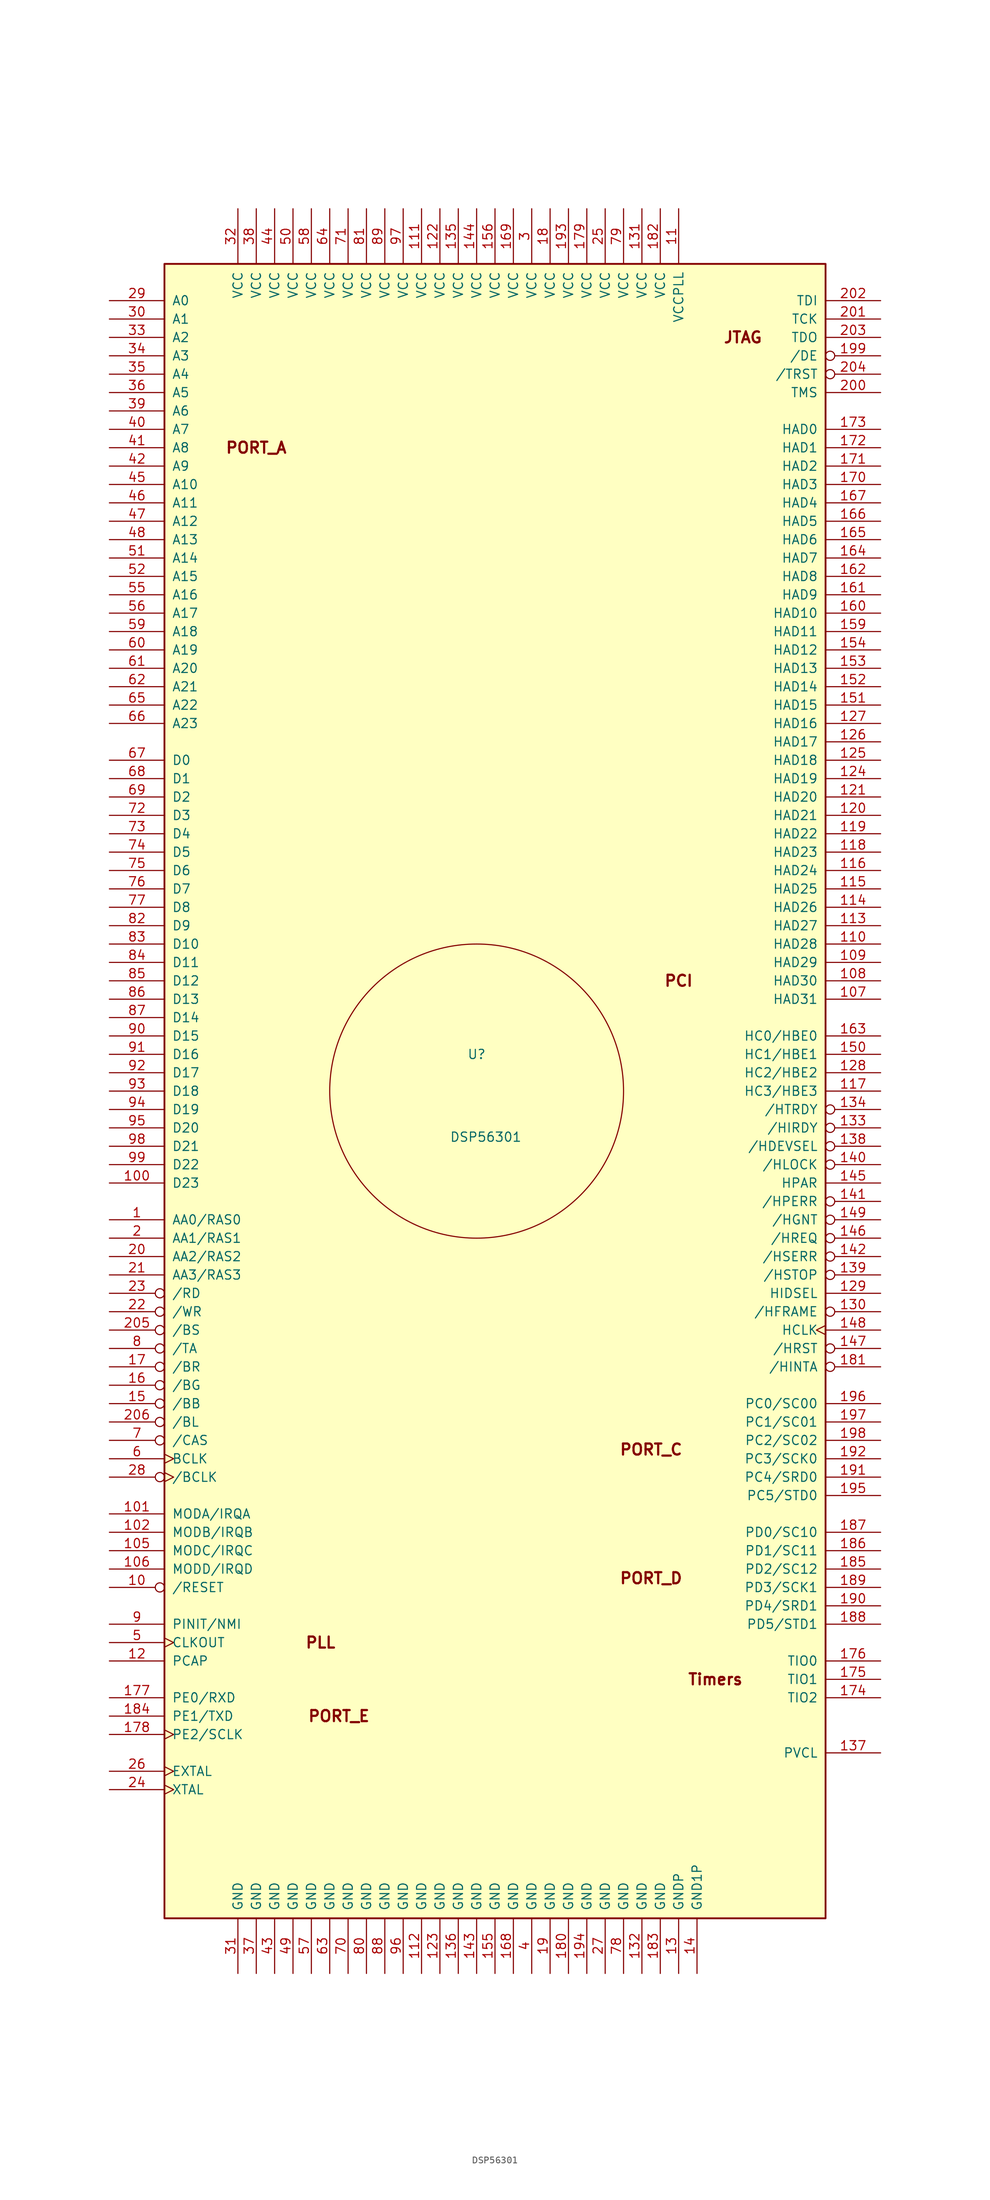
<source format=kicad_sym>
(kicad_symbol_lib
  (version 20211014)
  (generator kicad_symbol_editor)
  (symbol "DSP56301"
    (pin_names
      (offset 1.016))
    (property "Reference" "U"
      (at 0 2.54 0)
      (effects (font (size 1.27 1.27))))
    (property "Value" "DSP56301"
      (at 1.27 -8.89 0)
      (effects (font (size 1.27 1.27))))
    (symbol "DSP56301_0_1"
      (rectangle (start -43.18 111.76) (end 48.26 -116.84) (stroke (width 0.254) (type default) (color 0 0 0 0)) (fill (type background)))
      (circle (center 0 -2.54) (radius 20.32) (stroke (width 0) (type default) (color 0 0 0 0)) (fill (type none)))
      (text "JTAG" (at 36.83 101.6 0) (effects (font (size 1.524 1.524) bold)))
      (text "PCI" (at 27.94 12.7 0) (effects (font (size 1.524 1.524) bold)))
      (text "PLL" (at -21.59 -78.74 0) (effects (font (size 1.524 1.524) bold)))
      (text "PORT_A" (at -30.48 86.36 0) (effects (font (size 1.524 1.524) bold)))
      (text "PORT_C" (at 24.13 -52.07 0) (effects (font (size 1.524 1.524) bold)))
      (text "PORT_D" (at 24.13 -69.85 0) (effects (font (size 1.524 1.524) bold)))
      (text "PORT_E" (at -19.05 -88.9 0) (effects (font (size 1.524 1.524) bold)))
      (text "Timers" (at 33.02 -83.82 0) (effects (font (size 1.524 1.524) bold))))
    (symbol "DSP56301_1_1"
      (pin output line (at -50.8 -20.32 0) (length 7.62) (name "AA0/RAS0" (effects (font (size 1.27 1.27)))) (number "1" (effects (font (size 1.27 1.27)))))
      (pin input inverted (at -50.8 -71.12 0) (length 7.62) (name "/RESET" (effects (font (size 1.27 1.27)))) (number "10" (effects (font (size 1.27 1.27)))))
      (pin bidirectional line (at -50.8 -15.24 0) (length 7.62) (name "D23" (effects (font (size 1.27 1.27)))) (number "100" (effects (font (size 1.27 1.27)))))
      (pin input line (at -50.8 -60.96 0) (length 7.62) (name "MODA/IRQA" (effects (font (size 1.27 1.27)))) (number "101" (effects (font (size 1.27 1.27)))))
      (pin input line (at -50.8 -63.5 0) (length 7.62) (name "MODB/IRQB" (effects (font (size 1.27 1.27)))) (number "102" (effects (font (size 1.27 1.27)))))
      (pin input line (at -50.8 -66.04 0) (length 7.62) (name "MODC/IRQC" (effects (font (size 1.27 1.27)))) (number "105" (effects (font (size 1.27 1.27)))))
      (pin input line (at -50.8 -68.58 0) (length 7.62) (name "MODD/IRQD" (effects (font (size 1.27 1.27)))) (number "106" (effects (font (size 1.27 1.27)))))
      (pin bidirectional line (at 55.88 10.16 180) (length 7.62) (name "HAD31" (effects (font (size 1.27 1.27)))) (number "107" (effects (font (size 1.27 1.27)))))
      (pin bidirectional line (at 55.88 12.7 180) (length 7.62) (name "HAD30" (effects (font (size 1.27 1.27)))) (number "108" (effects (font (size 1.27 1.27)))))
      (pin bidirectional line (at 55.88 15.24 180) (length 7.62) (name "HAD29" (effects (font (size 1.27 1.27)))) (number "109" (effects (font (size 1.27 1.27)))))
      (pin power_in line (at 27.94 119.38 270) (length 7.62) (name "VCCPLL" (effects (font (size 1.27 1.27)))) (number "11" (effects (font (size 1.27 1.27)))))
      (pin bidirectional line (at 55.88 17.78 180) (length 7.62) (name "HAD28" (effects (font (size 1.27 1.27)))) (number "110" (effects (font (size 1.27 1.27)))))
      (pin power_in line (at -7.62 119.38 270) (length 7.62) (name "VCC" (effects (font (size 1.27 1.27)))) (number "111" (effects (font (size 1.27 1.27)))))
      (pin power_in line (at -7.62 -124.46 90) (length 7.62) (name "GND" (effects (font (size 1.27 1.27)))) (number "112" (effects (font (size 1.27 1.27)))))
      (pin bidirectional line (at 55.88 20.32 180) (length 7.62) (name "HAD27" (effects (font (size 1.27 1.27)))) (number "113" (effects (font (size 1.27 1.27)))))
      (pin bidirectional line (at 55.88 22.86 180) (length 7.62) (name "HAD26" (effects (font (size 1.27 1.27)))) (number "114" (effects (font (size 1.27 1.27)))))
      (pin bidirectional line (at 55.88 25.4 180) (length 7.62) (name "HAD25" (effects (font (size 1.27 1.27)))) (number "115" (effects (font (size 1.27 1.27)))))
      (pin bidirectional line (at 55.88 27.94 180) (length 7.62) (name "HAD24" (effects (font (size 1.27 1.27)))) (number "116" (effects (font (size 1.27 1.27)))))
      (pin bidirectional line (at 55.88 -2.54 180) (length 7.62) (name "HC3/HBE3" (effects (font (size 1.27 1.27)))) (number "117" (effects (font (size 1.27 1.27)))))
      (pin bidirectional line (at 55.88 30.48 180) (length 7.62) (name "HAD23" (effects (font (size 1.27 1.27)))) (number "118" (effects (font (size 1.27 1.27)))))
      (pin bidirectional line (at 55.88 33.02 180) (length 7.62) (name "HAD22" (effects (font (size 1.27 1.27)))) (number "119" (effects (font (size 1.27 1.27)))))
      (pin input line (at -50.8 -81.28 0) (length 7.62) (name "PCAP" (effects (font (size 1.27 1.27)))) (number "12" (effects (font (size 1.27 1.27)))))
      (pin bidirectional line (at 55.88 35.56 180) (length 7.62) (name "HAD21" (effects (font (size 1.27 1.27)))) (number "120" (effects (font (size 1.27 1.27)))))
      (pin bidirectional line (at 55.88 38.1 180) (length 7.62) (name "HAD20" (effects (font (size 1.27 1.27)))) (number "121" (effects (font (size 1.27 1.27)))))
      (pin power_in line (at -5.08 119.38 270) (length 7.62) (name "VCC" (effects (font (size 1.27 1.27)))) (number "122" (effects (font (size 1.27 1.27)))))
      (pin power_in line (at -5.08 -124.46 90) (length 7.62) (name "GND" (effects (font (size 1.27 1.27)))) (number "123" (effects (font (size 1.27 1.27)))))
      (pin bidirectional line (at 55.88 40.64 180) (length 7.62) (name "HAD19" (effects (font (size 1.27 1.27)))) (number "124" (effects (font (size 1.27 1.27)))))
      (pin bidirectional line (at 55.88 43.18 180) (length 7.62) (name "HAD18" (effects (font (size 1.27 1.27)))) (number "125" (effects (font (size 1.27 1.27)))))
      (pin bidirectional line (at 55.88 45.72 180) (length 7.62) (name "HAD17" (effects (font (size 1.27 1.27)))) (number "126" (effects (font (size 1.27 1.27)))))
      (pin bidirectional line (at 55.88 48.26 180) (length 7.62) (name "HAD16" (effects (font (size 1.27 1.27)))) (number "127" (effects (font (size 1.27 1.27)))))
      (pin bidirectional line (at 55.88 0 180) (length 7.62) (name "HC2/HBE2" (effects (font (size 1.27 1.27)))) (number "128" (effects (font (size 1.27 1.27)))))
      (pin input line (at 55.88 -30.48 180) (length 7.62) (name "HIDSEL" (effects (font (size 1.27 1.27)))) (number "129" (effects (font (size 1.27 1.27)))))
      (pin power_in line (at 27.94 -124.46 90) (length 7.62) (name "GNDP" (effects (font (size 1.27 1.27)))) (number "13" (effects (font (size 1.27 1.27)))))
      (pin bidirectional inverted (at 55.88 -33.02 180) (length 7.62) (name "/HFRAME" (effects (font (size 1.27 1.27)))) (number "130" (effects (font (size 1.27 1.27)))))
      (pin power_in line (at 22.86 119.38 270) (length 7.62) (name "VCC" (effects (font (size 1.27 1.27)))) (number "131" (effects (font (size 1.27 1.27)))))
      (pin power_in line (at 22.86 -124.46 90) (length 7.62) (name "GND" (effects (font (size 1.27 1.27)))) (number "132" (effects (font (size 1.27 1.27)))))
      (pin bidirectional inverted (at 55.88 -7.62 180) (length 7.62) (name "/HIRDY" (effects (font (size 1.27 1.27)))) (number "133" (effects (font (size 1.27 1.27)))))
      (pin bidirectional inverted (at 55.88 -5.08 180) (length 7.62) (name "/HTRDY" (effects (font (size 1.27 1.27)))) (number "134" (effects (font (size 1.27 1.27)))))
      (pin power_in line (at -2.54 119.38 270) (length 7.62) (name "VCC" (effects (font (size 1.27 1.27)))) (number "135" (effects (font (size 1.27 1.27)))))
      (pin power_in line (at -2.54 -124.46 90) (length 7.62) (name "GND" (effects (font (size 1.27 1.27)))) (number "136" (effects (font (size 1.27 1.27)))))
      (pin input line (at 55.88 -93.98 180) (length 7.62) (name "PVCL" (effects (font (size 1.27 1.27)))) (number "137" (effects (font (size 1.27 1.27)))))
      (pin bidirectional inverted (at 55.88 -10.16 180) (length 7.62) (name "/HDEVSEL" (effects (font (size 1.27 1.27)))) (number "138" (effects (font (size 1.27 1.27)))))
      (pin bidirectional inverted (at 55.88 -27.94 180) (length 7.62) (name "/HSTOP" (effects (font (size 1.27 1.27)))) (number "139" (effects (font (size 1.27 1.27)))))
      (pin power_in line (at 30.48 -124.46 90) (length 7.62) (name "GND1P" (effects (font (size 1.27 1.27)))) (number "14" (effects (font (size 1.27 1.27)))))
      (pin bidirectional inverted (at 55.88 -12.7 180) (length 7.62) (name "/HLOCK" (effects (font (size 1.27 1.27)))) (number "140" (effects (font (size 1.27 1.27)))))
      (pin bidirectional inverted (at 55.88 -17.78 180) (length 7.62) (name "/HPERR" (effects (font (size 1.27 1.27)))) (number "141" (effects (font (size 1.27 1.27)))))
      (pin output inverted (at 55.88 -25.4 180) (length 7.62) (name "/HSERR" (effects (font (size 1.27 1.27)))) (number "142" (effects (font (size 1.27 1.27)))))
      (pin power_in line (at 0 -124.46 90) (length 7.62) (name "GND" (effects (font (size 1.27 1.27)))) (number "143" (effects (font (size 1.27 1.27)))))
      (pin power_in line (at 0 119.38 270) (length 7.62) (name "VCC" (effects (font (size 1.27 1.27)))) (number "144" (effects (font (size 1.27 1.27)))))
      (pin bidirectional line (at 55.88 -15.24 180) (length 7.62) (name "HPAR" (effects (font (size 1.27 1.27)))) (number "145" (effects (font (size 1.27 1.27)))))
      (pin output inverted (at 55.88 -22.86 180) (length 7.62) (name "/HREQ" (effects (font (size 1.27 1.27)))) (number "146" (effects (font (size 1.27 1.27)))))
      (pin input inverted (at 55.88 -38.1 180) (length 7.62) (name "/HRST" (effects (font (size 1.27 1.27)))) (number "147" (effects (font (size 1.27 1.27)))))
      (pin input clock (at 55.88 -35.56 180) (length 7.62) (name "HCLK" (effects (font (size 1.27 1.27)))) (number "148" (effects (font (size 1.27 1.27)))))
      (pin input inverted (at 55.88 -20.32 180) (length 7.62) (name "/HGNT" (effects (font (size 1.27 1.27)))) (number "149" (effects (font (size 1.27 1.27)))))
      (pin bidirectional inverted (at -50.8 -45.72 0) (length 7.62) (name "/BB" (effects (font (size 1.27 1.27)))) (number "15" (effects (font (size 1.27 1.27)))))
      (pin bidirectional line (at 55.88 2.54 180) (length 7.62) (name "HC1/HBE1" (effects (font (size 1.27 1.27)))) (number "150" (effects (font (size 1.27 1.27)))))
      (pin bidirectional line (at 55.88 50.8 180) (length 7.62) (name "HAD15" (effects (font (size 1.27 1.27)))) (number "151" (effects (font (size 1.27 1.27)))))
      (pin bidirectional line (at 55.88 53.34 180) (length 7.62) (name "HAD14" (effects (font (size 1.27 1.27)))) (number "152" (effects (font (size 1.27 1.27)))))
      (pin bidirectional line (at 55.88 55.88 180) (length 7.62) (name "HAD13" (effects (font (size 1.27 1.27)))) (number "153" (effects (font (size 1.27 1.27)))))
      (pin bidirectional line (at 55.88 58.42 180) (length 7.62) (name "HAD12" (effects (font (size 1.27 1.27)))) (number "154" (effects (font (size 1.27 1.27)))))
      (pin power_in line (at 2.54 -124.46 90) (length 7.62) (name "GND" (effects (font (size 1.27 1.27)))) (number "155" (effects (font (size 1.27 1.27)))))
      (pin power_in line (at 2.54 119.38 270) (length 7.62) (name "VCC" (effects (font (size 1.27 1.27)))) (number "156" (effects (font (size 1.27 1.27)))))
      (pin bidirectional line (at 55.88 60.96 180) (length 7.62) (name "HAD11" (effects (font (size 1.27 1.27)))) (number "159" (effects (font (size 1.27 1.27)))))
      (pin input inverted (at -50.8 -43.18 0) (length 7.62) (name "/BG" (effects (font (size 1.27 1.27)))) (number "16" (effects (font (size 1.27 1.27)))))
      (pin bidirectional line (at 55.88 63.5 180) (length 7.62) (name "HAD10" (effects (font (size 1.27 1.27)))) (number "160" (effects (font (size 1.27 1.27)))))
      (pin bidirectional line (at 55.88 66.04 180) (length 7.62) (name "HAD9" (effects (font (size 1.27 1.27)))) (number "161" (effects (font (size 1.27 1.27)))))
      (pin bidirectional line (at 55.88 68.58 180) (length 7.62) (name "HAD8" (effects (font (size 1.27 1.27)))) (number "162" (effects (font (size 1.27 1.27)))))
      (pin bidirectional line (at 55.88 5.08 180) (length 7.62) (name "HC0/HBE0" (effects (font (size 1.27 1.27)))) (number "163" (effects (font (size 1.27 1.27)))))
      (pin bidirectional line (at 55.88 71.12 180) (length 7.62) (name "HAD7" (effects (font (size 1.27 1.27)))) (number "164" (effects (font (size 1.27 1.27)))))
      (pin bidirectional line (at 55.88 73.66 180) (length 7.62) (name "HAD6" (effects (font (size 1.27 1.27)))) (number "165" (effects (font (size 1.27 1.27)))))
      (pin bidirectional line (at 55.88 76.2 180) (length 7.62) (name "HAD5" (effects (font (size 1.27 1.27)))) (number "166" (effects (font (size 1.27 1.27)))))
      (pin bidirectional line (at 55.88 78.74 180) (length 7.62) (name "HAD4" (effects (font (size 1.27 1.27)))) (number "167" (effects (font (size 1.27 1.27)))))
      (pin power_in line (at 5.08 -124.46 90) (length 7.62) (name "GND" (effects (font (size 1.27 1.27)))) (number "168" (effects (font (size 1.27 1.27)))))
      (pin power_in line (at 5.08 119.38 270) (length 7.62) (name "VCC" (effects (font (size 1.27 1.27)))) (number "169" (effects (font (size 1.27 1.27)))))
      (pin output inverted (at -50.8 -40.64 0) (length 7.62) (name "/BR" (effects (font (size 1.27 1.27)))) (number "17" (effects (font (size 1.27 1.27)))))
      (pin bidirectional line (at 55.88 81.28 180) (length 7.62) (name "HAD3" (effects (font (size 1.27 1.27)))) (number "170" (effects (font (size 1.27 1.27)))))
      (pin bidirectional line (at 55.88 83.82 180) (length 7.62) (name "HAD2" (effects (font (size 1.27 1.27)))) (number "171" (effects (font (size 1.27 1.27)))))
      (pin bidirectional line (at 55.88 86.36 180) (length 7.62) (name "HAD1" (effects (font (size 1.27 1.27)))) (number "172" (effects (font (size 1.27 1.27)))))
      (pin bidirectional line (at 55.88 88.9 180) (length 7.62) (name "HAD0" (effects (font (size 1.27 1.27)))) (number "173" (effects (font (size 1.27 1.27)))))
      (pin bidirectional line (at 55.88 -86.36 180) (length 7.62) (name "TIO2" (effects (font (size 1.27 1.27)))) (number "174" (effects (font (size 1.27 1.27)))))
      (pin bidirectional line (at 55.88 -83.82 180) (length 7.62) (name "TIO1" (effects (font (size 1.27 1.27)))) (number "175" (effects (font (size 1.27 1.27)))))
      (pin bidirectional line (at 55.88 -81.28 180) (length 7.62) (name "TIO0" (effects (font (size 1.27 1.27)))) (number "176" (effects (font (size 1.27 1.27)))))
      (pin bidirectional line (at -50.8 -86.36 0) (length 7.62) (name "PE0/RXD" (effects (font (size 1.27 1.27)))) (number "177" (effects (font (size 1.27 1.27)))))
      (pin bidirectional clock (at -50.8 -91.44 0) (length 7.62) (name "PE2/SCLK" (effects (font (size 1.27 1.27)))) (number "178" (effects (font (size 1.27 1.27)))))
      (pin power_in line (at 15.24 119.38 270) (length 7.62) (name "VCC" (effects (font (size 1.27 1.27)))) (number "179" (effects (font (size 1.27 1.27)))))
      (pin power_in line (at 10.16 119.38 270) (length 7.62) (name "VCC" (effects (font (size 1.27 1.27)))) (number "18" (effects (font (size 1.27 1.27)))))
      (pin power_in line (at 12.7 -124.46 90) (length 7.62) (name "GND" (effects (font (size 1.27 1.27)))) (number "180" (effects (font (size 1.27 1.27)))))
      (pin output inverted (at 55.88 -40.64 180) (length 7.62) (name "/HINTA" (effects (font (size 1.27 1.27)))) (number "181" (effects (font (size 1.27 1.27)))))
      (pin power_in line (at 25.4 119.38 270) (length 7.62) (name "VCC" (effects (font (size 1.27 1.27)))) (number "182" (effects (font (size 1.27 1.27)))))
      (pin power_in line (at 25.4 -124.46 90) (length 7.62) (name "GND" (effects (font (size 1.27 1.27)))) (number "183" (effects (font (size 1.27 1.27)))))
      (pin bidirectional line (at -50.8 -88.9 0) (length 7.62) (name "PE1/TXD" (effects (font (size 1.27 1.27)))) (number "184" (effects (font (size 1.27 1.27)))))
      (pin bidirectional line (at 55.88 -68.58 180) (length 7.62) (name "PD2/SC12" (effects (font (size 1.27 1.27)))) (number "185" (effects (font (size 1.27 1.27)))))
      (pin bidirectional line (at 55.88 -66.04 180) (length 7.62) (name "PD1/SC11" (effects (font (size 1.27 1.27)))) (number "186" (effects (font (size 1.27 1.27)))))
      (pin bidirectional line (at 55.88 -63.5 180) (length 7.62) (name "PD0/SC10" (effects (font (size 1.27 1.27)))) (number "187" (effects (font (size 1.27 1.27)))))
      (pin bidirectional line (at 55.88 -76.2 180) (length 7.62) (name "PD5/STD1" (effects (font (size 1.27 1.27)))) (number "188" (effects (font (size 1.27 1.27)))))
      (pin bidirectional line (at 55.88 -71.12 180) (length 7.62) (name "PD3/SCK1" (effects (font (size 1.27 1.27)))) (number "189" (effects (font (size 1.27 1.27)))))
      (pin power_in line (at 10.16 -124.46 90) (length 7.62) (name "GND" (effects (font (size 1.27 1.27)))) (number "19" (effects (font (size 1.27 1.27)))))
      (pin bidirectional line (at 55.88 -73.66 180) (length 7.62) (name "PD4/SRD1" (effects (font (size 1.27 1.27)))) (number "190" (effects (font (size 1.27 1.27)))))
      (pin bidirectional line (at 55.88 -55.88 180) (length 7.62) (name "PC4/SRD0" (effects (font (size 1.27 1.27)))) (number "191" (effects (font (size 1.27 1.27)))))
      (pin bidirectional line (at 55.88 -53.34 180) (length 7.62) (name "PC3/SCK0" (effects (font (size 1.27 1.27)))) (number "192" (effects (font (size 1.27 1.27)))))
      (pin power_in line (at 12.7 119.38 270) (length 7.62) (name "VCC" (effects (font (size 1.27 1.27)))) (number "193" (effects (font (size 1.27 1.27)))))
      (pin power_in line (at 15.24 -124.46 90) (length 7.62) (name "GND" (effects (font (size 1.27 1.27)))) (number "194" (effects (font (size 1.27 1.27)))))
      (pin bidirectional line (at 55.88 -58.42 180) (length 7.62) (name "PC5/STD0" (effects (font (size 1.27 1.27)))) (number "195" (effects (font (size 1.27 1.27)))))
      (pin bidirectional line (at 55.88 -45.72 180) (length 7.62) (name "PC0/SC00" (effects (font (size 1.27 1.27)))) (number "196" (effects (font (size 1.27 1.27)))))
      (pin bidirectional line (at 55.88 -48.26 180) (length 7.62) (name "PC1/SC01" (effects (font (size 1.27 1.27)))) (number "197" (effects (font (size 1.27 1.27)))))
      (pin bidirectional line (at 55.88 -50.8 180) (length 7.62) (name "PC2/SC02" (effects (font (size 1.27 1.27)))) (number "198" (effects (font (size 1.27 1.27)))))
      (pin output inverted (at 55.88 99.06 180) (length 7.62) (name "/DE" (effects (font (size 1.27 1.27)))) (number "199" (effects (font (size 1.27 1.27)))))
      (pin output line (at -50.8 -22.86 0) (length 7.62) (name "AA1/RAS1" (effects (font (size 1.27 1.27)))) (number "2" (effects (font (size 1.27 1.27)))))
      (pin output line (at -50.8 -25.4 0) (length 7.62) (name "AA2/RAS2" (effects (font (size 1.27 1.27)))) (number "20" (effects (font (size 1.27 1.27)))))
      (pin input line (at 55.88 93.98 180) (length 7.62) (name "TMS" (effects (font (size 1.27 1.27)))) (number "200" (effects (font (size 1.27 1.27)))))
      (pin input line (at 55.88 104.14 180) (length 7.62) (name "TCK" (effects (font (size 1.27 1.27)))) (number "201" (effects (font (size 1.27 1.27)))))
      (pin input line (at 55.88 106.68 180) (length 7.62) (name "TDI" (effects (font (size 1.27 1.27)))) (number "202" (effects (font (size 1.27 1.27)))))
      (pin output line (at 55.88 101.6 180) (length 7.62) (name "TDO" (effects (font (size 1.27 1.27)))) (number "203" (effects (font (size 1.27 1.27)))))
      (pin input inverted (at 55.88 96.52 180) (length 7.62) (name "/TRST" (effects (font (size 1.27 1.27)))) (number "204" (effects (font (size 1.27 1.27)))))
      (pin output inverted (at -50.8 -35.56 0) (length 7.62) (name "/BS" (effects (font (size 1.27 1.27)))) (number "205" (effects (font (size 1.27 1.27)))))
      (pin output inverted (at -50.8 -48.26 0) (length 7.62) (name "/BL" (effects (font (size 1.27 1.27)))) (number "206" (effects (font (size 1.27 1.27)))))
      (pin output line (at -50.8 -27.94 0) (length 7.62) (name "AA3/RAS3" (effects (font (size 1.27 1.27)))) (number "21" (effects (font (size 1.27 1.27)))))
      (pin output inverted (at -50.8 -33.02 0) (length 7.62) (name "/WR" (effects (font (size 1.27 1.27)))) (number "22" (effects (font (size 1.27 1.27)))))
      (pin output inverted (at -50.8 -30.48 0) (length 7.62) (name "/RD" (effects (font (size 1.27 1.27)))) (number "23" (effects (font (size 1.27 1.27)))))
      (pin output clock (at -50.8 -99.06 0) (length 7.62) (name "XTAL" (effects (font (size 1.27 1.27)))) (number "24" (effects (font (size 1.27 1.27)))))
      (pin power_in line (at 17.78 119.38 270) (length 7.62) (name "VCC" (effects (font (size 1.27 1.27)))) (number "25" (effects (font (size 1.27 1.27)))))
      (pin input clock (at -50.8 -96.52 0) (length 7.62) (name "EXTAL" (effects (font (size 1.27 1.27)))) (number "26" (effects (font (size 1.27 1.27)))))
      (pin power_in line (at 17.78 -124.46 90) (length 7.62) (name "GND" (effects (font (size 1.27 1.27)))) (number "27" (effects (font (size 1.27 1.27)))))
      (pin output inverted_clock (at -50.8 -55.88 0) (length 7.62) (name "/BCLK" (effects (font (size 1.27 1.27)))) (number "28" (effects (font (size 1.27 1.27)))))
      (pin output line (at -50.8 106.68 0) (length 7.62) (name "A0" (effects (font (size 1.27 1.27)))) (number "29" (effects (font (size 1.27 1.27)))))
      (pin power_in line (at 7.62 119.38 270) (length 7.62) (name "VCC" (effects (font (size 1.27 1.27)))) (number "3" (effects (font (size 1.27 1.27)))))
      (pin output line (at -50.8 104.14 0) (length 7.62) (name "A1" (effects (font (size 1.27 1.27)))) (number "30" (effects (font (size 1.27 1.27)))))
      (pin power_in line (at -33.02 -124.46 90) (length 7.62) (name "GND" (effects (font (size 1.27 1.27)))) (number "31" (effects (font (size 1.27 1.27)))))
      (pin power_in line (at -33.02 119.38 270) (length 7.62) (name "VCC" (effects (font (size 1.27 1.27)))) (number "32" (effects (font (size 1.27 1.27)))))
      (pin output line (at -50.8 101.6 0) (length 7.62) (name "A2" (effects (font (size 1.27 1.27)))) (number "33" (effects (font (size 1.27 1.27)))))
      (pin output line (at -50.8 99.06 0) (length 7.62) (name "A3" (effects (font (size 1.27 1.27)))) (number "34" (effects (font (size 1.27 1.27)))))
      (pin output line (at -50.8 96.52 0) (length 7.62) (name "A4" (effects (font (size 1.27 1.27)))) (number "35" (effects (font (size 1.27 1.27)))))
      (pin output line (at -50.8 93.98 0) (length 7.62) (name "A5" (effects (font (size 1.27 1.27)))) (number "36" (effects (font (size 1.27 1.27)))))
      (pin power_in line (at -30.48 -124.46 90) (length 7.62) (name "GND" (effects (font (size 1.27 1.27)))) (number "37" (effects (font (size 1.27 1.27)))))
      (pin power_in line (at -30.48 119.38 270) (length 7.62) (name "VCC" (effects (font (size 1.27 1.27)))) (number "38" (effects (font (size 1.27 1.27)))))
      (pin output line (at -50.8 91.44 0) (length 7.62) (name "A6" (effects (font (size 1.27 1.27)))) (number "39" (effects (font (size 1.27 1.27)))))
      (pin power_in line (at 7.62 -124.46 90) (length 7.62) (name "GND" (effects (font (size 1.27 1.27)))) (number "4" (effects (font (size 1.27 1.27)))))
      (pin output line (at -50.8 88.9 0) (length 7.62) (name "A7" (effects (font (size 1.27 1.27)))) (number "40" (effects (font (size 1.27 1.27)))))
      (pin output line (at -50.8 86.36 0) (length 7.62) (name "A8" (effects (font (size 1.27 1.27)))) (number "41" (effects (font (size 1.27 1.27)))))
      (pin output line (at -50.8 83.82 0) (length 7.62) (name "A9" (effects (font (size 1.27 1.27)))) (number "42" (effects (font (size 1.27 1.27)))))
      (pin power_in line (at -27.94 -124.46 90) (length 7.62) (name "GND" (effects (font (size 1.27 1.27)))) (number "43" (effects (font (size 1.27 1.27)))))
      (pin power_in line (at -27.94 119.38 270) (length 7.62) (name "VCC" (effects (font (size 1.27 1.27)))) (number "44" (effects (font (size 1.27 1.27)))))
      (pin output line (at -50.8 81.28 0) (length 7.62) (name "A10" (effects (font (size 1.27 1.27)))) (number "45" (effects (font (size 1.27 1.27)))))
      (pin output line (at -50.8 78.74 0) (length 7.62) (name "A11" (effects (font (size 1.27 1.27)))) (number "46" (effects (font (size 1.27 1.27)))))
      (pin output line (at -50.8 76.2 0) (length 7.62) (name "A12" (effects (font (size 1.27 1.27)))) (number "47" (effects (font (size 1.27 1.27)))))
      (pin output line (at -50.8 73.66 0) (length 7.62) (name "A13" (effects (font (size 1.27 1.27)))) (number "48" (effects (font (size 1.27 1.27)))))
      (pin power_in line (at -25.4 -124.46 90) (length 7.62) (name "GND" (effects (font (size 1.27 1.27)))) (number "49" (effects (font (size 1.27 1.27)))))
      (pin output clock (at -50.8 -78.74 0) (length 7.62) (name "CLKOUT" (effects (font (size 1.27 1.27)))) (number "5" (effects (font (size 1.27 1.27)))))
      (pin power_in line (at -25.4 119.38 270) (length 7.62) (name "VCC" (effects (font (size 1.27 1.27)))) (number "50" (effects (font (size 1.27 1.27)))))
      (pin output line (at -50.8 71.12 0) (length 7.62) (name "A14" (effects (font (size 1.27 1.27)))) (number "51" (effects (font (size 1.27 1.27)))))
      (pin output line (at -50.8 68.58 0) (length 7.62) (name "A15" (effects (font (size 1.27 1.27)))) (number "52" (effects (font (size 1.27 1.27)))))
      (pin output line (at -50.8 66.04 0) (length 7.62) (name "A16" (effects (font (size 1.27 1.27)))) (number "55" (effects (font (size 1.27 1.27)))))
      (pin output line (at -50.8 63.5 0) (length 7.62) (name "A17" (effects (font (size 1.27 1.27)))) (number "56" (effects (font (size 1.27 1.27)))))
      (pin power_in line (at -22.86 -124.46 90) (length 7.62) (name "GND" (effects (font (size 1.27 1.27)))) (number "57" (effects (font (size 1.27 1.27)))))
      (pin power_in line (at -22.86 119.38 270) (length 7.62) (name "VCC" (effects (font (size 1.27 1.27)))) (number "58" (effects (font (size 1.27 1.27)))))
      (pin output line (at -50.8 60.96 0) (length 7.62) (name "A18" (effects (font (size 1.27 1.27)))) (number "59" (effects (font (size 1.27 1.27)))))
      (pin output clock (at -50.8 -53.34 0) (length 7.62) (name "BCLK" (effects (font (size 1.27 1.27)))) (number "6" (effects (font (size 1.27 1.27)))))
      (pin output line (at -50.8 58.42 0) (length 7.62) (name "A19" (effects (font (size 1.27 1.27)))) (number "60" (effects (font (size 1.27 1.27)))))
      (pin output line (at -50.8 55.88 0) (length 7.62) (name "A20" (effects (font (size 1.27 1.27)))) (number "61" (effects (font (size 1.27 1.27)))))
      (pin output line (at -50.8 53.34 0) (length 7.62) (name "A21" (effects (font (size 1.27 1.27)))) (number "62" (effects (font (size 1.27 1.27)))))
      (pin power_in line (at -20.32 -124.46 90) (length 7.62) (name "GND" (effects (font (size 1.27 1.27)))) (number "63" (effects (font (size 1.27 1.27)))))
      (pin power_in line (at -20.32 119.38 270) (length 7.62) (name "VCC" (effects (font (size 1.27 1.27)))) (number "64" (effects (font (size 1.27 1.27)))))
      (pin output line (at -50.8 50.8 0) (length 7.62) (name "A22" (effects (font (size 1.27 1.27)))) (number "65" (effects (font (size 1.27 1.27)))))
      (pin output line (at -50.8 48.26 0) (length 7.62) (name "A23" (effects (font (size 1.27 1.27)))) (number "66" (effects (font (size 1.27 1.27)))))
      (pin bidirectional line (at -50.8 43.18 0) (length 7.62) (name "D0" (effects (font (size 1.27 1.27)))) (number "67" (effects (font (size 1.27 1.27)))))
      (pin bidirectional line (at -50.8 40.64 0) (length 7.62) (name "D1" (effects (font (size 1.27 1.27)))) (number "68" (effects (font (size 1.27 1.27)))))
      (pin bidirectional line (at -50.8 38.1 0) (length 7.62) (name "D2" (effects (font (size 1.27 1.27)))) (number "69" (effects (font (size 1.27 1.27)))))
      (pin output inverted (at -50.8 -50.8 0) (length 7.62) (name "/CAS" (effects (font (size 1.27 1.27)))) (number "7" (effects (font (size 1.27 1.27)))))
      (pin power_in line (at -17.78 -124.46 90) (length 7.62) (name "GND" (effects (font (size 1.27 1.27)))) (number "70" (effects (font (size 1.27 1.27)))))
      (pin power_in line (at -17.78 119.38 270) (length 7.62) (name "VCC" (effects (font (size 1.27 1.27)))) (number "71" (effects (font (size 1.27 1.27)))))
      (pin bidirectional line (at -50.8 35.56 0) (length 7.62) (name "D3" (effects (font (size 1.27 1.27)))) (number "72" (effects (font (size 1.27 1.27)))))
      (pin bidirectional line (at -50.8 33.02 0) (length 7.62) (name "D4" (effects (font (size 1.27 1.27)))) (number "73" (effects (font (size 1.27 1.27)))))
      (pin bidirectional line (at -50.8 30.48 0) (length 7.62) (name "D5" (effects (font (size 1.27 1.27)))) (number "74" (effects (font (size 1.27 1.27)))))
      (pin bidirectional line (at -50.8 27.94 0) (length 7.62) (name "D6" (effects (font (size 1.27 1.27)))) (number "75" (effects (font (size 1.27 1.27)))))
      (pin bidirectional line (at -50.8 25.4 0) (length 7.62) (name "D7" (effects (font (size 1.27 1.27)))) (number "76" (effects (font (size 1.27 1.27)))))
      (pin bidirectional line (at -50.8 22.86 0) (length 7.62) (name "D8" (effects (font (size 1.27 1.27)))) (number "77" (effects (font (size 1.27 1.27)))))
      (pin power_in line (at 20.32 -124.46 90) (length 7.62) (name "GND" (effects (font (size 1.27 1.27)))) (number "78" (effects (font (size 1.27 1.27)))))
      (pin power_in line (at 20.32 119.38 270) (length 7.62) (name "VCC" (effects (font (size 1.27 1.27)))) (number "79" (effects (font (size 1.27 1.27)))))
      (pin input inverted (at -50.8 -38.1 0) (length 7.62) (name "/TA" (effects (font (size 1.27 1.27)))) (number "8" (effects (font (size 1.27 1.27)))))
      (pin power_in line (at -15.24 -124.46 90) (length 7.62) (name "GND" (effects (font (size 1.27 1.27)))) (number "80" (effects (font (size 1.27 1.27)))))
      (pin power_in line (at -15.24 119.38 270) (length 7.62) (name "VCC" (effects (font (size 1.27 1.27)))) (number "81" (effects (font (size 1.27 1.27)))))
      (pin bidirectional line (at -50.8 20.32 0) (length 7.62) (name "D9" (effects (font (size 1.27 1.27)))) (number "82" (effects (font (size 1.27 1.27)))))
      (pin bidirectional line (at -50.8 17.78 0) (length 7.62) (name "D10" (effects (font (size 1.27 1.27)))) (number "83" (effects (font (size 1.27 1.27)))))
      (pin bidirectional line (at -50.8 15.24 0) (length 7.62) (name "D11" (effects (font (size 1.27 1.27)))) (number "84" (effects (font (size 1.27 1.27)))))
      (pin bidirectional line (at -50.8 12.7 0) (length 7.62) (name "D12" (effects (font (size 1.27 1.27)))) (number "85" (effects (font (size 1.27 1.27)))))
      (pin bidirectional line (at -50.8 10.16 0) (length 7.62) (name "D13" (effects (font (size 1.27 1.27)))) (number "86" (effects (font (size 1.27 1.27)))))
      (pin bidirectional line (at -50.8 7.62 0) (length 7.62) (name "D14" (effects (font (size 1.27 1.27)))) (number "87" (effects (font (size 1.27 1.27)))))
      (pin power_in line (at -12.7 -124.46 90) (length 7.62) (name "GND" (effects (font (size 1.27 1.27)))) (number "88" (effects (font (size 1.27 1.27)))))
      (pin power_in line (at -12.7 119.38 270) (length 7.62) (name "VCC" (effects (font (size 1.27 1.27)))) (number "89" (effects (font (size 1.27 1.27)))))
      (pin input line (at -50.8 -76.2 0) (length 7.62) (name "PINIT/NMI" (effects (font (size 1.27 1.27)))) (number "9" (effects (font (size 1.27 1.27)))))
      (pin bidirectional line (at -50.8 5.08 0) (length 7.62) (name "D15" (effects (font (size 1.27 1.27)))) (number "90" (effects (font (size 1.27 1.27)))))
      (pin bidirectional line (at -50.8 2.54 0) (length 7.62) (name "D16" (effects (font (size 1.27 1.27)))) (number "91" (effects (font (size 1.27 1.27)))))
      (pin bidirectional line (at -50.8 0 0) (length 7.62) (name "D17" (effects (font (size 1.27 1.27)))) (number "92" (effects (font (size 1.27 1.27)))))
      (pin bidirectional line (at -50.8 -2.54 0) (length 7.62) (name "D18" (effects (font (size 1.27 1.27)))) (number "93" (effects (font (size 1.27 1.27)))))
      (pin bidirectional line (at -50.8 -5.08 0) (length 7.62) (name "D19" (effects (font (size 1.27 1.27)))) (number "94" (effects (font (size 1.27 1.27)))))
      (pin bidirectional line (at -50.8 -7.62 0) (length 7.62) (name "D20" (effects (font (size 1.27 1.27)))) (number "95" (effects (font (size 1.27 1.27)))))
      (pin power_in line (at -10.16 -124.46 90) (length 7.62) (name "GND" (effects (font (size 1.27 1.27)))) (number "96" (effects (font (size 1.27 1.27)))))
      (pin power_in line (at -10.16 119.38 270) (length 7.62) (name "VCC" (effects (font (size 1.27 1.27)))) (number "97" (effects (font (size 1.27 1.27)))))
      (pin bidirectional line (at -50.8 -10.16 0) (length 7.62) (name "D21" (effects (font (size 1.27 1.27)))) (number "98" (effects (font (size 1.27 1.27)))))
      (pin bidirectional line (at -50.8 -12.7 0) (length 7.62) (name "D22" (effects (font (size 1.27 1.27)))) (number "99" (effects (font (size 1.27 1.27))))))))
</source>
